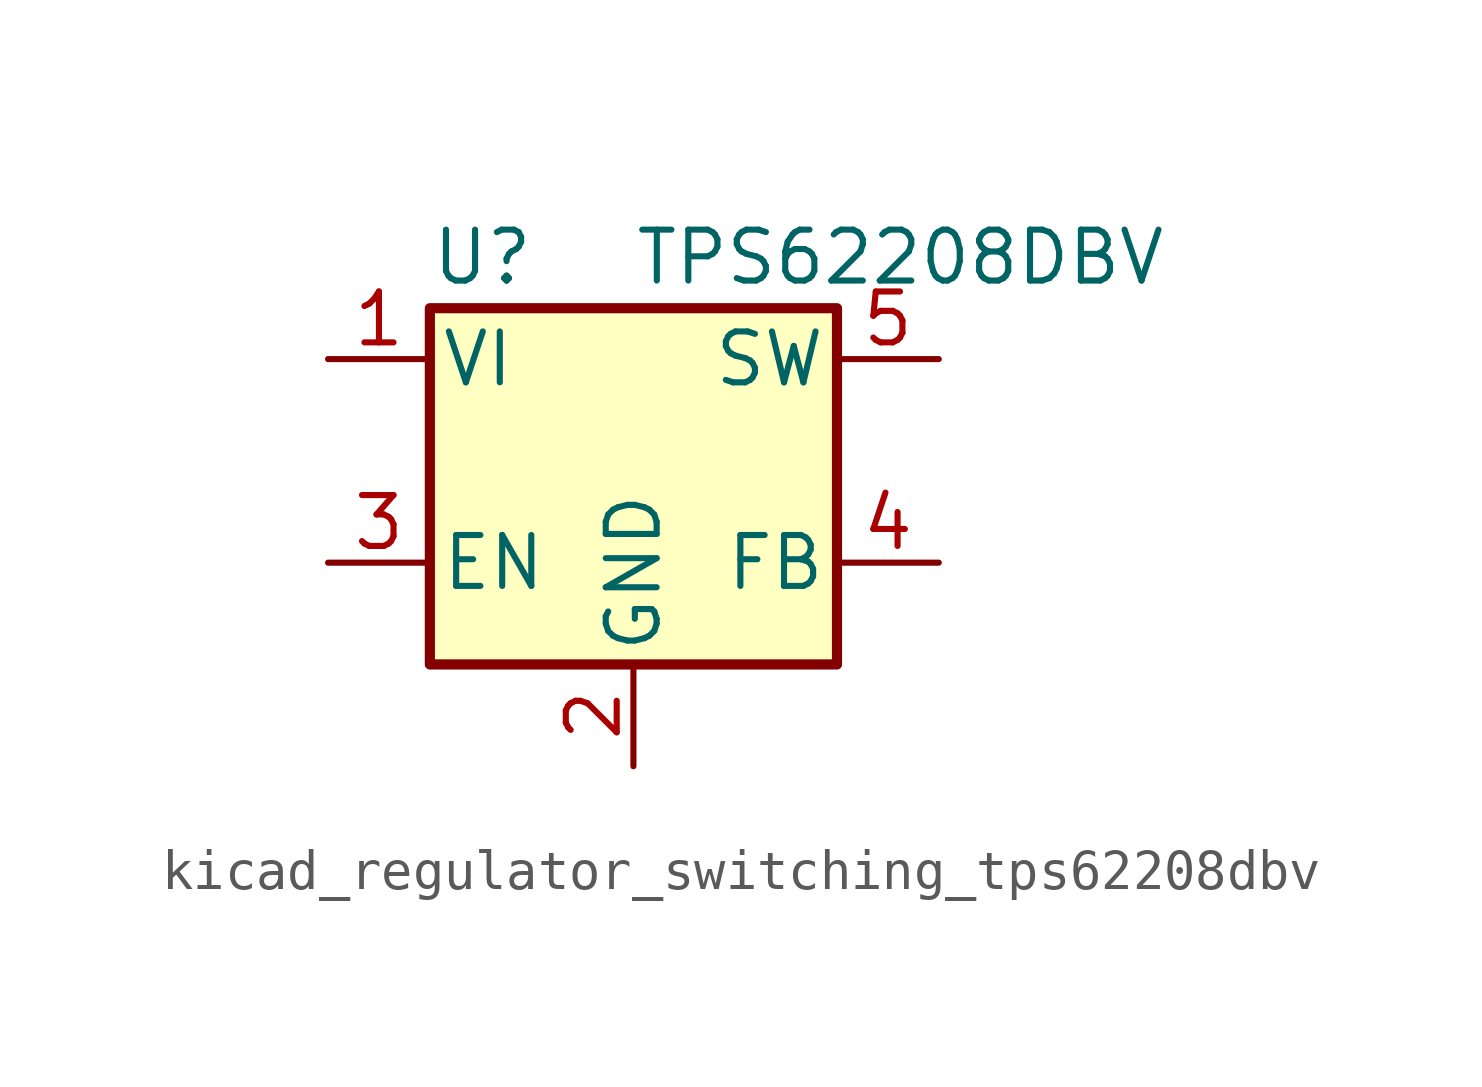
<source format=kicad_sym>
(kicad_symbol_lib
  (version 20220914)
  (generator kicad_symbol_editor)
  (symbol "kicad_regulator_switching_tps62208dbv"
    (pin_names
      (offset 0.254))
    (property "Reference" "U"
      (at -5.08 7.62 0)
      (effects (font (size 1.27 1.27)) (justify left)))
    (property "Value" "TPS62208DBV"
      (at 0 7.62 0)
      (effects (font (size 1.27 1.27)) (justify left)))
    (symbol "kicad_regulator_switching_tps62208dbv_0_1"
      (rectangle (start -5.08 6.35) (end 5.08 -2.54) (stroke (width 0.254) (type default)) (fill (type background))))
    (symbol "kicad_regulator_switching_tps62208dbv_1_1"
      (pin power_in line (at -7.62 5.08 0) (length 2.54) (name "VI" (effects (font (size 1.27 1.27)))) (number "1" (effects (font (size 1.27 1.27)))))
      (pin power_in line (at 0 -5.08 90) (length 2.54) (name "GND" (effects (font (size 1.27 1.27)))) (number "2" (effects (font (size 1.27 1.27)))))
      (pin input line (at -7.62 0 0) (length 2.54) (name "EN" (effects (font (size 1.27 1.27)))) (number "3" (effects (font (size 1.27 1.27)))))
      (pin input line (at 7.62 0 180) (length 2.54) (name "FB" (effects (font (size 1.27 1.27)))) (number "4" (effects (font (size 1.27 1.27)))))
      (pin output line (at 7.62 5.08 180) (length 2.54) (name "SW" (effects (font (size 1.27 1.27)))) (number "5" (effects (font (size 1.27 1.27))))))))
</source>
